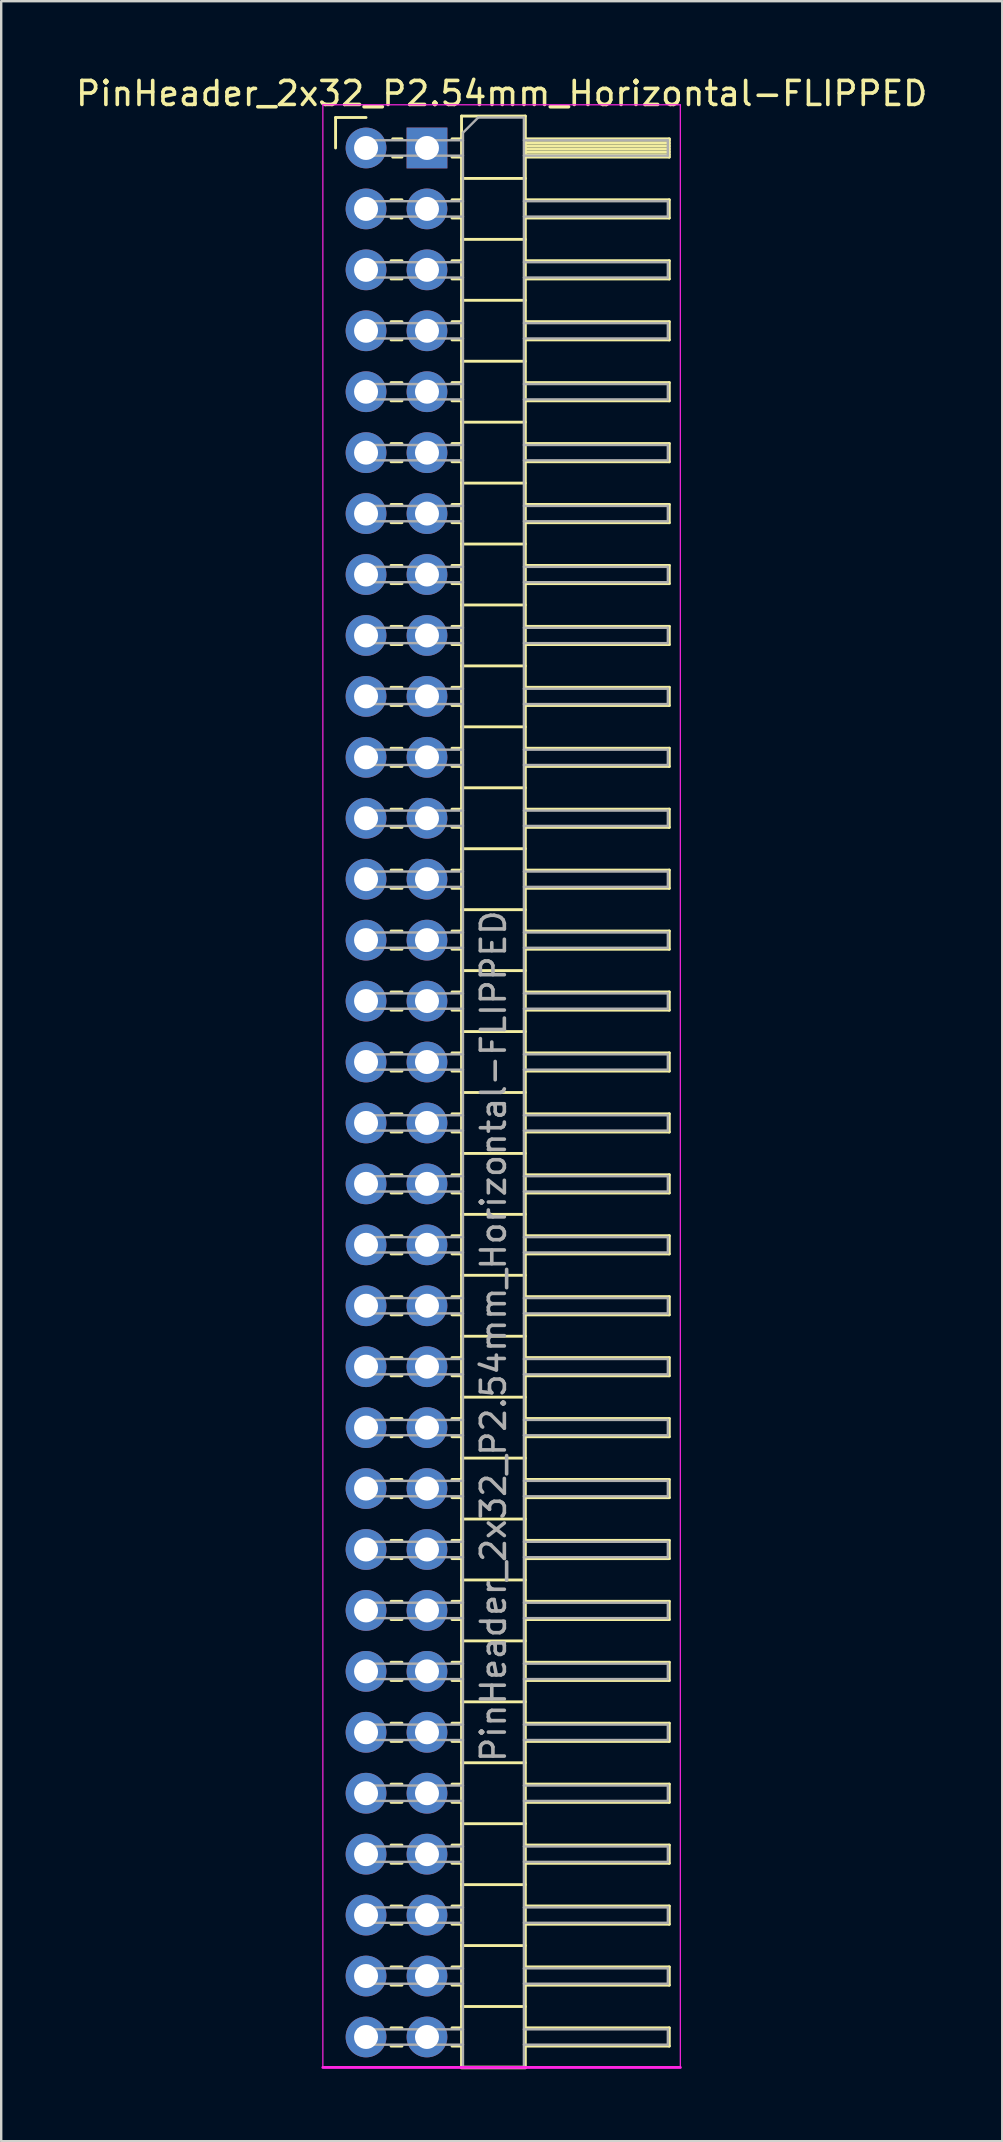
<source format=kicad_pcb>
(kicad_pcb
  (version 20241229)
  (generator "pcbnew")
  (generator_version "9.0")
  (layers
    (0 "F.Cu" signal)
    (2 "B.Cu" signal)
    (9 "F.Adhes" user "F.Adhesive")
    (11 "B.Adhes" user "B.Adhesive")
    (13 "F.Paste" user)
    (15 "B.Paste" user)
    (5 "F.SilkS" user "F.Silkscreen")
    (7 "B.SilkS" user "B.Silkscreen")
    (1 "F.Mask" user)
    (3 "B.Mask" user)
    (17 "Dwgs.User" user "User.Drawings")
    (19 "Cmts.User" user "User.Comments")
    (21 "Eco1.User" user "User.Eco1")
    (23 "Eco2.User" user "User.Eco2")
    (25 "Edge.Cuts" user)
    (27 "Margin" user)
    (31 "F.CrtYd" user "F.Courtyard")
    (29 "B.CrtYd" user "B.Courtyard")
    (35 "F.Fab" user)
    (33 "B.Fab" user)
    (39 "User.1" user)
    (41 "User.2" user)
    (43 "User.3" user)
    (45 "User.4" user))
  (footprint "PinHeader_2x32_P2.54mm_Horizontal-FLIPPED"
    (layer "F.Cu")
    (at 12.208 3.118)
    (property "Reference" "PinHeader_2x32_P2.54mm_Horizontal-FLIPPED" (at 5.655 -2.27 0) (layer "F.SilkS") (effects (font (size 1 1) (thickness 0.15))))
    (attr through_hole)
    (fp_line (start -1.27 -1.27) (end 0 -1.27) (stroke (width 0.12) (type solid)) (layer "F.SilkS"))
    (fp_line (start -1.27 0) (end -1.27 -1.27) (stroke (width 0.12) (type solid)) (layer "F.SilkS"))
    (fp_line (start 1.043 2.16) (end 1.497 2.16) (stroke (width 0.12) (type solid)) (layer "F.SilkS"))
    (fp_line (start 1.043 2.92) (end 1.497 2.92) (stroke (width 0.12) (type solid)) (layer "F.SilkS"))
    (fp_line (start 1.043 4.7) (end 1.497 4.7) (stroke (width 0.12) (type solid)) (layer "F.SilkS"))
    (fp_line (start 1.043 5.46) (end 1.497 5.46) (stroke (width 0.12) (type solid)) (layer "F.SilkS"))
    (fp_line (start 1.043 7.24) (end 1.497 7.24) (stroke (width 0.12) (type solid)) (layer "F.SilkS"))
    (fp_line (start 1.043 8) (end 1.497 8) (stroke (width 0.12) (type solid)) (layer "F.SilkS"))
    (fp_line (start 1.043 9.78) (end 1.497 9.78) (stroke (width 0.12) (type solid)) (layer "F.SilkS"))
    (fp_line (start 1.043 10.54) (end 1.497 10.54) (stroke (width 0.12) (type solid)) (layer "F.SilkS"))
    (fp_line (start 1.043 12.32) (end 1.497 12.32) (stroke (width 0.12) (type solid)) (layer "F.SilkS"))
    (fp_line (start 1.043 13.08) (end 1.497 13.08) (stroke (width 0.12) (type solid)) (layer "F.SilkS"))
    (fp_line (start 1.043 14.86) (end 1.497 14.86) (stroke (width 0.12) (type solid)) (layer "F.SilkS"))
    (fp_line (start 1.043 15.62) (end 1.497 15.62) (stroke (width 0.12) (type solid)) (layer "F.SilkS"))
    (fp_line (start 1.043 17.4) (end 1.497 17.4) (stroke (width 0.12) (type solid)) (layer "F.SilkS"))
    (fp_line (start 1.043 18.16) (end 1.497 18.16) (stroke (width 0.12) (type solid)) (layer "F.SilkS"))
    (fp_line (start 1.043 19.94) (end 1.497 19.94) (stroke (width 0.12) (type solid)) (layer "F.SilkS"))
    (fp_line (start 1.043 20.7) (end 1.497 20.7) (stroke (width 0.12) (type solid)) (layer "F.SilkS"))
    (fp_line (start 1.043 22.48) (end 1.497 22.48) (stroke (width 0.12) (type solid)) (layer "F.SilkS"))
    (fp_line (start 1.043 23.24) (end 1.497 23.24) (stroke (width 0.12) (type solid)) (layer "F.SilkS"))
    (fp_line (start 1.043 25.02) (end 1.497 25.02) (stroke (width 0.12) (type solid)) (layer "F.SilkS"))
    (fp_line (start 1.043 25.78) (end 1.497 25.78) (stroke (width 0.12) (type solid)) (layer "F.SilkS"))
    (fp_line (start 1.043 27.56) (end 1.497 27.56) (stroke (width 0.12) (type solid)) (layer "F.SilkS"))
    (fp_line (start 1.043 28.32) (end 1.497 28.32) (stroke (width 0.12) (type solid)) (layer "F.SilkS"))
    (fp_line (start 1.043 30.1) (end 1.497 30.1) (stroke (width 0.12) (type solid)) (layer "F.SilkS"))
    (fp_line (start 1.043 30.86) (end 1.497 30.86) (stroke (width 0.12) (type solid)) (layer "F.SilkS"))
    (fp_line (start 1.043 32.64) (end 1.497 32.64) (stroke (width 0.12) (type solid)) (layer "F.SilkS"))
    (fp_line (start 1.043 33.4) (end 1.497 33.4) (stroke (width 0.12) (type solid)) (layer "F.SilkS"))
    (fp_line (start 1.043 35.18) (end 1.497 35.18) (stroke (width 0.12) (type solid)) (layer "F.SilkS"))
    (fp_line (start 1.043 35.94) (end 1.497 35.94) (stroke (width 0.12) (type solid)) (layer "F.SilkS"))
    (fp_line (start 1.043 37.72) (end 1.497 37.72) (stroke (width 0.12) (type solid)) (layer "F.SilkS"))
    (fp_line (start 1.043 38.48) (end 1.497 38.48) (stroke (width 0.12) (type solid)) (layer "F.SilkS"))
    (fp_line (start 1.043 40.26) (end 1.497 40.26) (stroke (width 0.12) (type solid)) (layer "F.SilkS"))
    (fp_line (start 1.043 41.02) (end 1.497 41.02) (stroke (width 0.12) (type solid)) (layer "F.SilkS"))
    (fp_line (start 1.043 42.8) (end 1.497 42.8) (stroke (width 0.12) (type solid)) (layer "F.SilkS"))
    (fp_line (start 1.043 43.56) (end 1.497 43.56) (stroke (width 0.12) (type solid)) (layer "F.SilkS"))
    (fp_line (start 1.043 45.34) (end 1.497 45.34) (stroke (width 0.12) (type solid)) (layer "F.SilkS"))
    (fp_line (start 1.043 46.1) (end 1.497 46.1) (stroke (width 0.12) (type solid)) (layer "F.SilkS"))
    (fp_line (start 1.043 47.88) (end 1.497 47.88) (stroke (width 0.12) (type solid)) (layer "F.SilkS"))
    (fp_line (start 1.043 48.64) (end 1.497 48.64) (stroke (width 0.12) (type solid)) (layer "F.SilkS"))
    (fp_line (start 1.043 50.42) (end 1.497 50.42) (stroke (width 0.12) (type solid)) (layer "F.SilkS"))
    (fp_line (start 1.043 51.18) (end 1.497 51.18) (stroke (width 0.12) (type solid)) (layer "F.SilkS"))
    (fp_line (start 1.043 52.96) (end 1.497 52.96) (stroke (width 0.12) (type solid)) (layer "F.SilkS"))
    (fp_line (start 1.043 53.72) (end 1.497 53.72) (stroke (width 0.12) (type solid)) (layer "F.SilkS"))
    (fp_line (start 1.043 55.5) (end 1.497 55.5) (stroke (width 0.12) (type solid)) (layer "F.SilkS"))
    (fp_line (start 1.043 56.26) (end 1.497 56.26) (stroke (width 0.12) (type solid)) (layer "F.SilkS"))
    (fp_line (start 1.043 58.04) (end 1.497 58.04) (stroke (width 0.12) (type solid)) (layer "F.SilkS"))
    (fp_line (start 1.043 58.8) (end 1.497 58.8) (stroke (width 0.12) (type solid)) (layer "F.SilkS"))
    (fp_line (start 1.043 60.58) (end 1.497 60.58) (stroke (width 0.12) (type solid)) (layer "F.SilkS"))
    (fp_line (start 1.043 61.34) (end 1.497 61.34) (stroke (width 0.12) (type solid)) (layer "F.SilkS"))
    (fp_line (start 1.043 63.12) (end 1.497 63.12) (stroke (width 0.12) (type solid)) (layer "F.SilkS"))
    (fp_line (start 1.043 63.88) (end 1.497 63.88) (stroke (width 0.12) (type solid)) (layer "F.SilkS"))
    (fp_line (start 1.043 65.66) (end 1.497 65.66) (stroke (width 0.12) (type solid)) (layer "F.SilkS"))
    (fp_line (start 1.043 66.42) (end 1.497 66.42) (stroke (width 0.12) (type solid)) (layer "F.SilkS"))
    (fp_line (start 1.043 68.2) (end 1.497 68.2) (stroke (width 0.12) (type solid)) (layer "F.SilkS"))
    (fp_line (start 1.043 68.96) (end 1.497 68.96) (stroke (width 0.12) (type solid)) (layer "F.SilkS"))
    (fp_line (start 1.043 70.74) (end 1.497 70.74) (stroke (width 0.12) (type solid)) (layer "F.SilkS"))
    (fp_line (start 1.043 71.5) (end 1.497 71.5) (stroke (width 0.12) (type solid)) (layer "F.SilkS"))
    (fp_line (start 1.043 73.28) (end 1.497 73.28) (stroke (width 0.12) (type solid)) (layer "F.SilkS"))
    (fp_line (start 1.043 74.04) (end 1.497 74.04) (stroke (width 0.12) (type solid)) (layer "F.SilkS"))
    (fp_line (start 1.043 75.82) (end 1.497 75.82) (stroke (width 0.12) (type solid)) (layer "F.SilkS"))
    (fp_line (start 1.043 76.58) (end 1.497 76.58) (stroke (width 0.12) (type solid)) (layer "F.SilkS"))
    (fp_line (start 1.043 78.36) (end 1.497 78.36) (stroke (width 0.12) (type solid)) (layer "F.SilkS"))
    (fp_line (start 1.043 79.12) (end 1.497 79.12) (stroke (width 0.12) (type solid)) (layer "F.SilkS"))
    (fp_line (start 1.11 -0.38) (end 1.497 -0.38) (stroke (width 0.12) (type solid)) (layer "F.SilkS"))
    (fp_line (start 1.11 0.38) (end 1.497 0.38) (stroke (width 0.12) (type solid)) (layer "F.SilkS"))
    (fp_line (start 3.583 -0.38) (end 3.98 -0.38) (stroke (width 0.12) (type solid)) (layer "F.SilkS"))
    (fp_line (start 3.583 0.38) (end 3.98 0.38) (stroke (width 0.12) (type solid)) (layer "F.SilkS"))
    (fp_line (start 3.583 2.16) (end 3.98 2.16) (stroke (width 0.12) (type solid)) (layer "F.SilkS"))
    (fp_line (start 3.583 2.92) (end 3.98 2.92) (stroke (width 0.12) (type solid)) (layer "F.SilkS"))
    (fp_line (start 3.583 4.7) (end 3.98 4.7) (stroke (width 0.12) (type solid)) (layer "F.SilkS"))
    (fp_line (start 3.583 5.46) (end 3.98 5.46) (stroke (width 0.12) (type solid)) (layer "F.SilkS"))
    (fp_line (start 3.583 7.24) (end 3.98 7.24) (stroke (width 0.12) (type solid)) (layer "F.SilkS"))
    (fp_line (start 3.583 8) (end 3.98 8) (stroke (width 0.12) (type solid)) (layer "F.SilkS"))
    (fp_line (start 3.583 9.78) (end 3.98 9.78) (stroke (width 0.12) (type solid)) (layer "F.SilkS"))
    (fp_line (start 3.583 10.54) (end 3.98 10.54) (stroke (width 0.12) (type solid)) (layer "F.SilkS"))
    (fp_line (start 3.583 12.32) (end 3.98 12.32) (stroke (width 0.12) (type solid)) (layer "F.SilkS"))
    (fp_line (start 3.583 13.08) (end 3.98 13.08) (stroke (width 0.12) (type solid)) (layer "F.SilkS"))
    (fp_line (start 3.583 14.86) (end 3.98 14.86) (stroke (width 0.12) (type solid)) (layer "F.SilkS"))
    (fp_line (start 3.583 15.62) (end 3.98 15.62) (stroke (width 0.12) (type solid)) (layer "F.SilkS"))
    (fp_line (start 3.583 17.4) (end 3.98 17.4) (stroke (width 0.12) (type solid)) (layer "F.SilkS"))
    (fp_line (start 3.583 18.16) (end 3.98 18.16) (stroke (width 0.12) (type solid)) (layer "F.SilkS"))
    (fp_line (start 3.583 19.94) (end 3.98 19.94) (stroke (width 0.12) (type solid)) (layer "F.SilkS"))
    (fp_line (start 3.583 20.7) (end 3.98 20.7) (stroke (width 0.12) (type solid)) (layer "F.SilkS"))
    (fp_line (start 3.583 22.48) (end 3.98 22.48) (stroke (width 0.12) (type solid)) (layer "F.SilkS"))
    (fp_line (start 3.583 23.24) (end 3.98 23.24) (stroke (width 0.12) (type solid)) (layer "F.SilkS"))
    (fp_line (start 3.583 25.02) (end 3.98 25.02) (stroke (width 0.12) (type solid)) (layer "F.SilkS"))
    (fp_line (start 3.583 25.78) (end 3.98 25.78) (stroke (width 0.12) (type solid)) (layer "F.SilkS"))
    (fp_line (start 3.583 27.56) (end 3.98 27.56) (stroke (width 0.12) (type solid)) (layer "F.SilkS"))
    (fp_line (start 3.583 28.32) (end 3.98 28.32) (stroke (width 0.12) (type solid)) (layer "F.SilkS"))
    (fp_line (start 3.583 30.1) (end 3.98 30.1) (stroke (width 0.12) (type solid)) (layer "F.SilkS"))
    (fp_line (start 3.583 30.86) (end 3.98 30.86) (stroke (width 0.12) (type solid)) (layer "F.SilkS"))
    (fp_line (start 3.583 32.64) (end 3.98 32.64) (stroke (width 0.12) (type solid)) (layer "F.SilkS"))
    (fp_line (start 3.583 33.4) (end 3.98 33.4) (stroke (width 0.12) (type solid)) (layer "F.SilkS"))
    (fp_line (start 3.583 35.18) (end 3.98 35.18) (stroke (width 0.12) (type solid)) (layer "F.SilkS"))
    (fp_line (start 3.583 35.94) (end 3.98 35.94) (stroke (width 0.12) (type solid)) (layer "F.SilkS"))
    (fp_line (start 3.583 37.72) (end 3.98 37.72) (stroke (width 0.12) (type solid)) (layer "F.SilkS"))
    (fp_line (start 3.583 38.48) (end 3.98 38.48) (stroke (width 0.12) (type solid)) (layer "F.SilkS"))
    (fp_line (start 3.583 40.26) (end 3.98 40.26) (stroke (width 0.12) (type solid)) (layer "F.SilkS"))
    (fp_line (start 3.583 41.02) (end 3.98 41.02) (stroke (width 0.12) (type solid)) (layer "F.SilkS"))
    (fp_line (start 3.583 42.8) (end 3.98 42.8) (stroke (width 0.12) (type solid)) (layer "F.SilkS"))
    (fp_line (start 3.583 43.56) (end 3.98 43.56) (stroke (width 0.12) (type solid)) (layer "F.SilkS"))
    (fp_line (start 3.583 45.34) (end 3.98 45.34) (stroke (width 0.12) (type solid)) (layer "F.SilkS"))
    (fp_line (start 3.583 46.1) (end 3.98 46.1) (stroke (width 0.12) (type solid)) (layer "F.SilkS"))
    (fp_line (start 3.583 47.88) (end 3.98 47.88) (stroke (width 0.12) (type solid)) (layer "F.SilkS"))
    (fp_line (start 3.583 48.64) (end 3.98 48.64) (stroke (width 0.12) (type solid)) (layer "F.SilkS"))
    (fp_line (start 3.583 50.42) (end 3.98 50.42) (stroke (width 0.12) (type solid)) (layer "F.SilkS"))
    (fp_line (start 3.583 51.18) (end 3.98 51.18) (stroke (width 0.12) (type solid)) (layer "F.SilkS"))
    (fp_line (start 3.583 52.96) (end 3.98 52.96) (stroke (width 0.12) (type solid)) (layer "F.SilkS"))
    (fp_line (start 3.583 53.72) (end 3.98 53.72) (stroke (width 0.12) (type solid)) (layer "F.SilkS"))
    (fp_line (start 3.583 55.5) (end 3.98 55.5) (stroke (width 0.12) (type solid)) (layer "F.SilkS"))
    (fp_line (start 3.583 56.26) (end 3.98 56.26) (stroke (width 0.12) (type solid)) (layer "F.SilkS"))
    (fp_line (start 3.583 58.04) (end 3.98 58.04) (stroke (width 0.12) (type solid)) (layer "F.SilkS"))
    (fp_line (start 3.583 58.8) (end 3.98 58.8) (stroke (width 0.12) (type solid)) (layer "F.SilkS"))
    (fp_line (start 3.583 60.58) (end 3.98 60.58) (stroke (width 0.12) (type solid)) (layer "F.SilkS"))
    (fp_line (start 3.583 61.34) (end 3.98 61.34) (stroke (width 0.12) (type solid)) (layer "F.SilkS"))
    (fp_line (start 3.583 63.12) (end 3.98 63.12) (stroke (width 0.12) (type solid)) (layer "F.SilkS"))
    (fp_line (start 3.583 63.88) (end 3.98 63.88) (stroke (width 0.12) (type solid)) (layer "F.SilkS"))
    (fp_line (start 3.583 65.66) (end 3.98 65.66) (stroke (width 0.12) (type solid)) (layer "F.SilkS"))
    (fp_line (start 3.583 66.42) (end 3.98 66.42) (stroke (width 0.12) (type solid)) (layer "F.SilkS"))
    (fp_line (start 3.583 68.2) (end 3.98 68.2) (stroke (width 0.12) (type solid)) (layer "F.SilkS"))
    (fp_line (start 3.583 68.96) (end 3.98 68.96) (stroke (width 0.12) (type solid)) (layer "F.SilkS"))
    (fp_line (start 3.583 70.74) (end 3.98 70.74) (stroke (width 0.12) (type solid)) (layer "F.SilkS"))
    (fp_line (start 3.583 71.5) (end 3.98 71.5) (stroke (width 0.12) (type solid)) (layer "F.SilkS"))
    (fp_line (start 3.583 73.28) (end 3.98 73.28) (stroke (width 0.12) (type solid)) (layer "F.SilkS"))
    (fp_line (start 3.583 74.04) (end 3.98 74.04) (stroke (width 0.12) (type solid)) (layer "F.SilkS"))
    (fp_line (start 3.583 75.82) (end 3.98 75.82) (stroke (width 0.12) (type solid)) (layer "F.SilkS"))
    (fp_line (start 3.583 76.58) (end 3.98 76.58) (stroke (width 0.12) (type solid)) (layer "F.SilkS"))
    (fp_line (start 3.583 78.36) (end 3.98 78.36) (stroke (width 0.12) (type solid)) (layer "F.SilkS"))
    (fp_line (start 3.583 79.12) (end 3.98 79.12) (stroke (width 0.12) (type solid)) (layer "F.SilkS"))
    (fp_line (start 3.98 -1.33) (end 3.98 80.01) (stroke (width 0.12) (type solid)) (layer "F.SilkS"))
    (fp_line (start 3.98 1.27) (end 6.64 1.27) (stroke (width 0.12) (type solid)) (layer "F.SilkS"))
    (fp_line (start 3.98 3.81) (end 6.64 3.81) (stroke (width 0.12) (type solid)) (layer "F.SilkS"))
    (fp_line (start 3.98 6.35) (end 6.64 6.35) (stroke (width 0.12) (type solid)) (layer "F.SilkS"))
    (fp_line (start 3.98 8.89) (end 6.64 8.89) (stroke (width 0.12) (type solid)) (layer "F.SilkS"))
    (fp_line (start 3.98 11.43) (end 6.64 11.43) (stroke (width 0.12) (type solid)) (layer "F.SilkS"))
    (fp_line (start 3.98 13.97) (end 6.64 13.97) (stroke (width 0.12) (type solid)) (layer "F.SilkS"))
    (fp_line (start 3.98 16.51) (end 6.64 16.51) (stroke (width 0.12) (type solid)) (layer "F.SilkS"))
    (fp_line (start 3.98 19.05) (end 6.64 19.05) (stroke (width 0.12) (type solid)) (layer "F.SilkS"))
    (fp_line (start 3.98 21.59) (end 6.64 21.59) (stroke (width 0.12) (type solid)) (layer "F.SilkS"))
    (fp_line (start 3.98 24.13) (end 6.64 24.13) (stroke (width 0.12) (type solid)) (layer "F.SilkS"))
    (fp_line (start 3.98 26.67) (end 6.64 26.67) (stroke (width 0.12) (type solid)) (layer "F.SilkS"))
    (fp_line (start 3.98 29.21) (end 6.64 29.21) (stroke (width 0.12) (type solid)) (layer "F.SilkS"))
    (fp_line (start 3.98 31.75) (end 6.64 31.75) (stroke (width 0.12) (type solid)) (layer "F.SilkS"))
    (fp_line (start 3.98 34.29) (end 6.64 34.29) (stroke (width 0.12) (type solid)) (layer "F.SilkS"))
    (fp_line (start 3.98 36.83) (end 6.64 36.83) (stroke (width 0.12) (type solid)) (layer "F.SilkS"))
    (fp_line (start 3.98 39.37) (end 6.64 39.37) (stroke (width 0.12) (type solid)) (layer "F.SilkS"))
    (fp_line (start 3.98 41.91) (end 6.64 41.91) (stroke (width 0.12) (type solid)) (layer "F.SilkS"))
    (fp_line (start 3.98 44.45) (end 6.64 44.45) (stroke (width 0.12) (type solid)) (layer "F.SilkS"))
    (fp_line (start 3.98 46.99) (end 6.64 46.99) (stroke (width 0.12) (type solid)) (layer "F.SilkS"))
    (fp_line (start 3.98 49.53) (end 6.64 49.53) (stroke (width 0.12) (type solid)) (layer "F.SilkS"))
    (fp_line (start 3.98 52.07) (end 6.64 52.07) (stroke (width 0.12) (type solid)) (layer "F.SilkS"))
    (fp_line (start 3.98 54.61) (end 6.64 54.61) (stroke (width 0.12) (type solid)) (layer "F.SilkS"))
    (fp_line (start 3.98 57.15) (end 6.64 57.15) (stroke (width 0.12) (type solid)) (layer "F.SilkS"))
    (fp_line (start 3.98 59.69) (end 6.64 59.69) (stroke (width 0.12) (type solid)) (layer "F.SilkS"))
    (fp_line (start 3.98 62.23) (end 6.64 62.23) (stroke (width 0.12) (type solid)) (layer "F.SilkS"))
    (fp_line (start 3.98 64.77) (end 6.64 64.77) (stroke (width 0.12) (type solid)) (layer "F.SilkS"))
    (fp_line (start 3.98 67.31) (end 6.64 67.31) (stroke (width 0.12) (type solid)) (layer "F.SilkS"))
    (fp_line (start 3.98 69.85) (end 6.64 69.85) (stroke (width 0.12) (type solid)) (layer "F.SilkS"))
    (fp_line (start 3.98 72.39) (end 6.64 72.39) (stroke (width 0.12) (type solid)) (layer "F.SilkS"))
    (fp_line (start 3.98 74.93) (end 6.64 74.93) (stroke (width 0.12) (type solid)) (layer "F.SilkS"))
    (fp_line (start 3.98 77.47) (end 6.64 77.47) (stroke (width 0.12) (type solid)) (layer "F.SilkS"))
    (fp_line (start 3.98 80.01) (end 6.64 80.01) (stroke (width 0.15) (type solid)) (layer "F.SilkS"))
    (fp_line (start 6.64 -1.33) (end 3.98 -1.33) (stroke (width 0.12) (type solid)) (layer "F.SilkS"))
    (fp_line (start 6.64 -0.38) (end 12.64 -0.38) (stroke (width 0.12) (type solid)) (layer "F.SilkS"))
    (fp_line (start 6.64 -0.32) (end 12.64 -0.32) (stroke (width 0.12) (type solid)) (layer "F.SilkS"))
    (fp_line (start 6.64 -0.2) (end 12.64 -0.2) (stroke (width 0.12) (type solid)) (layer "F.SilkS"))
    (fp_line (start 6.64 -0.08) (end 12.64 -0.08) (stroke (width 0.12) (type solid)) (layer "F.SilkS"))
    (fp_line (start 6.64 0.04) (end 12.64 0.04) (stroke (width 0.12) (type solid)) (layer "F.SilkS"))
    (fp_line (start 6.64 0.16) (end 12.64 0.16) (stroke (width 0.12) (type solid)) (layer "F.SilkS"))
    (fp_line (start 6.64 0.28) (end 12.64 0.28) (stroke (width 0.12) (type solid)) (layer "F.SilkS"))
    (fp_line (start 6.64 2.16) (end 12.64 2.16) (stroke (width 0.12) (type solid)) (layer "F.SilkS"))
    (fp_line (start 6.64 4.7) (end 12.64 4.7) (stroke (width 0.12) (type solid)) (layer "F.SilkS"))
    (fp_line (start 6.64 7.24) (end 12.64 7.24) (stroke (width 0.12) (type solid)) (layer "F.SilkS"))
    (fp_line (start 6.64 9.78) (end 12.64 9.78) (stroke (width 0.12) (type solid)) (layer "F.SilkS"))
    (fp_line (start 6.64 12.32) (end 12.64 12.32) (stroke (width 0.12) (type solid)) (layer "F.SilkS"))
    (fp_line (start 6.64 14.86) (end 12.64 14.86) (stroke (width 0.12) (type solid)) (layer "F.SilkS"))
    (fp_line (start 6.64 17.4) (end 12.64 17.4) (stroke (width 0.12) (type solid)) (layer "F.SilkS"))
    (fp_line (start 6.64 19.94) (end 12.64 19.94) (stroke (width 0.12) (type solid)) (layer "F.SilkS"))
    (fp_line (start 6.64 22.48) (end 12.64 22.48) (stroke (width 0.12) (type solid)) (layer "F.SilkS"))
    (fp_line (start 6.64 25.02) (end 12.64 25.02) (stroke (width 0.12) (type solid)) (layer "F.SilkS"))
    (fp_line (start 6.64 27.56) (end 12.64 27.56) (stroke (width 0.12) (type solid)) (layer "F.SilkS"))
    (fp_line (start 6.64 30.1) (end 12.64 30.1) (stroke (width 0.12) (type solid)) (layer "F.SilkS"))
    (fp_line (start 6.64 32.64) (end 12.64 32.64) (stroke (width 0.12) (type solid)) (layer "F.SilkS"))
    (fp_line (start 6.64 35.18) (end 12.64 35.18) (stroke (width 0.12) (type solid)) (layer "F.SilkS"))
    (fp_line (start 6.64 37.72) (end 12.64 37.72) (stroke (width 0.12) (type solid)) (layer "F.SilkS"))
    (fp_line (start 6.64 40.26) (end 12.64 40.26) (stroke (width 0.12) (type solid)) (layer "F.SilkS"))
    (fp_line (start 6.64 42.8) (end 12.64 42.8) (stroke (width 0.12) (type solid)) (layer "F.SilkS"))
    (fp_line (start 6.64 45.34) (end 12.64 45.34) (stroke (width 0.12) (type solid)) (layer "F.SilkS"))
    (fp_line (start 6.64 47.88) (end 12.64 47.88) (stroke (width 0.12) (type solid)) (layer "F.SilkS"))
    (fp_line (start 6.64 50.42) (end 12.64 50.42) (stroke (width 0.12) (type solid)) (layer "F.SilkS"))
    (fp_line (start 6.64 52.96) (end 12.64 52.96) (stroke (width 0.12) (type solid)) (layer "F.SilkS"))
    (fp_line (start 6.64 55.5) (end 12.64 55.5) (stroke (width 0.12) (type solid)) (layer "F.SilkS"))
    (fp_line (start 6.64 58.04) (end 12.64 58.04) (stroke (width 0.12) (type solid)) (layer "F.SilkS"))
    (fp_line (start 6.64 60.58) (end 12.64 60.58) (stroke (width 0.12) (type solid)) (layer "F.SilkS"))
    (fp_line (start 6.64 63.12) (end 12.64 63.12) (stroke (width 0.12) (type solid)) (layer "F.SilkS"))
    (fp_line (start 6.64 65.66) (end 12.64 65.66) (stroke (width 0.12) (type solid)) (layer "F.SilkS"))
    (fp_line (start 6.64 68.2) (end 12.64 68.2) (stroke (width 0.12) (type solid)) (layer "F.SilkS"))
    (fp_line (start 6.64 70.74) (end 12.64 70.74) (stroke (width 0.12) (type solid)) (layer "F.SilkS"))
    (fp_line (start 6.64 73.28) (end 12.64 73.28) (stroke (width 0.12) (type solid)) (layer "F.SilkS"))
    (fp_line (start 6.64 75.82) (end 12.64 75.82) (stroke (width 0.12) (type solid)) (layer "F.SilkS"))
    (fp_line (start 6.64 78.36) (end 12.64 78.36) (stroke (width 0.12) (type solid)) (layer "F.SilkS"))
    (fp_line (start 6.64 80.01) (end 6.64 -1.33) (stroke (width 0.12) (type solid)) (layer "F.SilkS"))
    (fp_line (start 12.64 -0.38) (end 12.64 0.38) (stroke (width 0.12) (type solid)) (layer "F.SilkS"))
    (fp_line (start 12.64 0.38) (end 6.64 0.38) (stroke (width 0.12) (type solid)) (layer "F.SilkS"))
    (fp_line (start 12.64 2.16) (end 12.64 2.92) (stroke (width 0.12) (type solid)) (layer "F.SilkS"))
    (fp_line (start 12.64 2.92) (end 6.64 2.92) (stroke (width 0.12) (type solid)) (layer "F.SilkS"))
    (fp_line (start 12.64 4.7) (end 12.64 5.46) (stroke (width 0.12) (type solid)) (layer "F.SilkS"))
    (fp_line (start 12.64 5.46) (end 6.64 5.46) (stroke (width 0.12) (type solid)) (layer "F.SilkS"))
    (fp_line (start 12.64 7.24) (end 12.64 8) (stroke (width 0.12) (type solid)) (layer "F.SilkS"))
    (fp_line (start 12.64 8) (end 6.64 8) (stroke (width 0.12) (type solid)) (layer "F.SilkS"))
    (fp_line (start 12.64 9.78) (end 12.64 10.54) (stroke (width 0.12) (type solid)) (layer "F.SilkS"))
    (fp_line (start 12.64 10.54) (end 6.64 10.54) (stroke (width 0.12) (type solid)) (layer "F.SilkS"))
    (fp_line (start 12.64 12.32) (end 12.64 13.08) (stroke (width 0.12) (type solid)) (layer "F.SilkS"))
    (fp_line (start 12.64 13.08) (end 6.64 13.08) (stroke (width 0.12) (type solid)) (layer "F.SilkS"))
    (fp_line (start 12.64 14.86) (end 12.64 15.62) (stroke (width 0.12) (type solid)) (layer "F.SilkS"))
    (fp_line (start 12.64 15.62) (end 6.64 15.62) (stroke (width 0.12) (type solid)) (layer "F.SilkS"))
    (fp_line (start 12.64 17.4) (end 12.64 18.16) (stroke (width 0.12) (type solid)) (layer "F.SilkS"))
    (fp_line (start 12.64 18.16) (end 6.64 18.16) (stroke (width 0.12) (type solid)) (layer "F.SilkS"))
    (fp_line (start 12.64 19.94) (end 12.64 20.7) (stroke (width 0.12) (type solid)) (layer "F.SilkS"))
    (fp_line (start 12.64 20.7) (end 6.64 20.7) (stroke (width 0.12) (type solid)) (layer "F.SilkS"))
    (fp_line (start 12.64 22.48) (end 12.64 23.24) (stroke (width 0.12) (type solid)) (layer "F.SilkS"))
    (fp_line (start 12.64 23.24) (end 6.64 23.24) (stroke (width 0.12) (type solid)) (layer "F.SilkS"))
    (fp_line (start 12.64 25.02) (end 12.64 25.78) (stroke (width 0.12) (type solid)) (layer "F.SilkS"))
    (fp_line (start 12.64 25.78) (end 6.64 25.78) (stroke (width 0.12) (type solid)) (layer "F.SilkS"))
    (fp_line (start 12.64 27.56) (end 12.64 28.32) (stroke (width 0.12) (type solid)) (layer "F.SilkS"))
    (fp_line (start 12.64 28.32) (end 6.64 28.32) (stroke (width 0.12) (type solid)) (layer "F.SilkS"))
    (fp_line (start 12.64 30.1) (end 12.64 30.86) (stroke (width 0.12) (type solid)) (layer "F.SilkS"))
    (fp_line (start 12.64 30.86) (end 6.64 30.86) (stroke (width 0.12) (type solid)) (layer "F.SilkS"))
    (fp_line (start 12.64 32.64) (end 12.64 33.4) (stroke (width 0.12) (type solid)) (layer "F.SilkS"))
    (fp_line (start 12.64 33.4) (end 6.64 33.4) (stroke (width 0.12) (type solid)) (layer "F.SilkS"))
    (fp_line (start 12.64 35.18) (end 12.64 35.94) (stroke (width 0.12) (type solid)) (layer "F.SilkS"))
    (fp_line (start 12.64 35.94) (end 6.64 35.94) (stroke (width 0.12) (type solid)) (layer "F.SilkS"))
    (fp_line (start 12.64 37.72) (end 12.64 38.48) (stroke (width 0.12) (type solid)) (layer "F.SilkS"))
    (fp_line (start 12.64 38.48) (end 6.64 38.48) (stroke (width 0.12) (type solid)) (layer "F.SilkS"))
    (fp_line (start 12.64 40.26) (end 12.64 41.02) (stroke (width 0.12) (type solid)) (layer "F.SilkS"))
    (fp_line (start 12.64 41.02) (end 6.64 41.02) (stroke (width 0.12) (type solid)) (layer "F.SilkS"))
    (fp_line (start 12.64 42.8) (end 12.64 43.56) (stroke (width 0.12) (type solid)) (layer "F.SilkS"))
    (fp_line (start 12.64 43.56) (end 6.64 43.56) (stroke (width 0.12) (type solid)) (layer "F.SilkS"))
    (fp_line (start 12.64 45.34) (end 12.64 46.1) (stroke (width 0.12) (type solid)) (layer "F.SilkS"))
    (fp_line (start 12.64 46.1) (end 6.64 46.1) (stroke (width 0.12) (type solid)) (layer "F.SilkS"))
    (fp_line (start 12.64 47.88) (end 12.64 48.64) (stroke (width 0.12) (type solid)) (layer "F.SilkS"))
    (fp_line (start 12.64 48.64) (end 6.64 48.64) (stroke (width 0.12) (type solid)) (layer "F.SilkS"))
    (fp_line (start 12.64 50.42) (end 12.64 51.18) (stroke (width 0.12) (type solid)) (layer "F.SilkS"))
    (fp_line (start 12.64 51.18) (end 6.64 51.18) (stroke (width 0.12) (type solid)) (layer "F.SilkS"))
    (fp_line (start 12.64 52.96) (end 12.64 53.72) (stroke (width 0.12) (type solid)) (layer "F.SilkS"))
    (fp_line (start 12.64 53.72) (end 6.64 53.72) (stroke (width 0.12) (type solid)) (layer "F.SilkS"))
    (fp_line (start 12.64 55.5) (end 12.64 56.26) (stroke (width 0.12) (type solid)) (layer "F.SilkS"))
    (fp_line (start 12.64 56.26) (end 6.64 56.26) (stroke (width 0.12) (type solid)) (layer "F.SilkS"))
    (fp_line (start 12.64 58.04) (end 12.64 58.8) (stroke (width 0.12) (type solid)) (layer "F.SilkS"))
    (fp_line (start 12.64 58.8) (end 6.64 58.8) (stroke (width 0.12) (type solid)) (layer "F.SilkS"))
    (fp_line (start 12.64 60.58) (end 12.64 61.34) (stroke (width 0.12) (type solid)) (layer "F.SilkS"))
    (fp_line (start 12.64 61.34) (end 6.64 61.34) (stroke (width 0.12) (type solid)) (layer "F.SilkS"))
    (fp_line (start 12.64 63.12) (end 12.64 63.88) (stroke (width 0.12) (type solid)) (layer "F.SilkS"))
    (fp_line (start 12.64 63.88) (end 6.64 63.88) (stroke (width 0.12) (type solid)) (layer "F.SilkS"))
    (fp_line (start 12.64 65.66) (end 12.64 66.42) (stroke (width 0.12) (type solid)) (layer "F.SilkS"))
    (fp_line (start 12.64 66.42) (end 6.64 66.42) (stroke (width 0.12) (type solid)) (layer "F.SilkS"))
    (fp_line (start 12.64 68.2) (end 12.64 68.96) (stroke (width 0.12) (type solid)) (layer "F.SilkS"))
    (fp_line (start 12.64 68.96) (end 6.64 68.96) (stroke (width 0.12) (type solid)) (layer "F.SilkS"))
    (fp_line (start 12.64 70.74) (end 12.64 71.5) (stroke (width 0.12) (type solid)) (layer "F.SilkS"))
    (fp_line (start 12.64 71.5) (end 6.64 71.5) (stroke (width 0.12) (type solid)) (layer "F.SilkS"))
    (fp_line (start 12.64 73.28) (end 12.64 74.04) (stroke (width 0.12) (type solid)) (layer "F.SilkS"))
    (fp_line (start 12.64 74.04) (end 6.64 74.04) (stroke (width 0.12) (type solid)) (layer "F.SilkS"))
    (fp_line (start 12.64 75.82) (end 12.64 76.58) (stroke (width 0.12) (type solid)) (layer "F.SilkS"))
    (fp_line (start 12.64 76.58) (end 6.64 76.58) (stroke (width 0.12) (type solid)) (layer "F.SilkS"))
    (fp_line (start 12.64 78.36) (end 12.64 79.12) (stroke (width 0.12) (type solid)) (layer "F.SilkS"))
    (fp_line (start 12.64 79.12) (end 6.64 79.12) (stroke (width 0.12) (type solid)) (layer "F.SilkS"))
    (fp_line (start -1.8 -1.8) (end -1.8 80.01) (stroke (width 0.05) (type solid)) (layer "F.CrtYd"))
    (fp_line (start -1.8 80.01) (end 13.1 80.01) (stroke (width 0.12) (type solid)) (layer "F.CrtYd"))
    (fp_line (start 13.1 -1.8) (end -1.8 -1.8) (stroke (width 0.05) (type solid)) (layer "F.CrtYd"))
    (fp_line (start 13.1 80.01) (end 13.1 -1.8) (stroke (width 0.05) (type solid)) (layer "F.CrtYd"))
    (fp_line (start -0.32 -0.32) (end 4.04 -0.32) (stroke (width 0.1) (type solid)) (layer "F.Fab"))
    (fp_line (start -0.32 0.32) (end 4.04 0.32) (stroke (width 0.1) (type solid)) (layer "F.Fab"))
    (fp_line (start -0.32 2.22) (end 4.04 2.22) (stroke (width 0.1) (type solid)) (layer "F.Fab"))
    (fp_line (start -0.32 2.86) (end 4.04 2.86) (stroke (width 0.1) (type solid)) (layer "F.Fab"))
    (fp_line (start -0.32 4.76) (end 4.04 4.76) (stroke (width 0.1) (type solid)) (layer "F.Fab"))
    (fp_line (start -0.32 5.4) (end 4.04 5.4) (stroke (width 0.1) (type solid)) (layer "F.Fab"))
    (fp_line (start -0.32 7.3) (end 4.04 7.3) (stroke (width 0.1) (type solid)) (layer "F.Fab"))
    (fp_line (start -0.32 7.94) (end 4.04 7.94) (stroke (width 0.1) (type solid)) (layer "F.Fab"))
    (fp_line (start -0.32 9.84) (end 4.04 9.84) (stroke (width 0.1) (type solid)) (layer "F.Fab"))
    (fp_line (start -0.32 10.48) (end 4.04 10.48) (stroke (width 0.1) (type solid)) (layer "F.Fab"))
    (fp_line (start -0.32 12.38) (end 4.04 12.38) (stroke (width 0.1) (type solid)) (layer "F.Fab"))
    (fp_line (start -0.32 13.02) (end 4.04 13.02) (stroke (width 0.1) (type solid)) (layer "F.Fab"))
    (fp_line (start -0.32 14.92) (end 4.04 14.92) (stroke (width 0.1) (type solid)) (layer "F.Fab"))
    (fp_line (start -0.32 15.56) (end 4.04 15.56) (stroke (width 0.1) (type solid)) (layer "F.Fab"))
    (fp_line (start -0.32 17.46) (end 4.04 17.46) (stroke (width 0.1) (type solid)) (layer "F.Fab"))
    (fp_line (start -0.32 18.1) (end 4.04 18.1) (stroke (width 0.1) (type solid)) (layer "F.Fab"))
    (fp_line (start -0.32 20) (end 4.04 20) (stroke (width 0.1) (type solid)) (layer "F.Fab"))
    (fp_line (start -0.32 20.64) (end 4.04 20.64) (stroke (width 0.1) (type solid)) (layer "F.Fab"))
    (fp_line (start -0.32 22.54) (end 4.04 22.54) (stroke (width 0.1) (type solid)) (layer "F.Fab"))
    (fp_line (start -0.32 23.18) (end 4.04 23.18) (stroke (width 0.1) (type solid)) (layer "F.Fab"))
    (fp_line (start -0.32 25.08) (end 4.04 25.08) (stroke (width 0.1) (type solid)) (layer "F.Fab"))
    (fp_line (start -0.32 25.72) (end 4.04 25.72) (stroke (width 0.1) (type solid)) (layer "F.Fab"))
    (fp_line (start -0.32 27.62) (end 4.04 27.62) (stroke (width 0.1) (type solid)) (layer "F.Fab"))
    (fp_line (start -0.32 28.26) (end 4.04 28.26) (stroke (width 0.1) (type solid)) (layer "F.Fab"))
    (fp_line (start -0.32 30.16) (end 4.04 30.16) (stroke (width 0.1) (type solid)) (layer "F.Fab"))
    (fp_line (start -0.32 30.8) (end 4.04 30.8) (stroke (width 0.1) (type solid)) (layer "F.Fab"))
    (fp_line (start -0.32 32.7) (end 4.04 32.7) (stroke (width 0.1) (type solid)) (layer "F.Fab"))
    (fp_line (start -0.32 33.34) (end 4.04 33.34) (stroke (width 0.1) (type solid)) (layer "F.Fab"))
    (fp_line (start -0.32 35.24) (end 4.04 35.24) (stroke (width 0.1) (type solid)) (layer "F.Fab"))
    (fp_line (start -0.32 35.88) (end 4.04 35.88) (stroke (width 0.1) (type solid)) (layer "F.Fab"))
    (fp_line (start -0.32 37.78) (end 4.04 37.78) (stroke (width 0.1) (type solid)) (layer "F.Fab"))
    (fp_line (start -0.32 38.42) (end 4.04 38.42) (stroke (width 0.1) (type solid)) (layer "F.Fab"))
    (fp_line (start -0.32 40.32) (end 4.04 40.32) (stroke (width 0.1) (type solid)) (layer "F.Fab"))
    (fp_line (start -0.32 40.96) (end 4.04 40.96) (stroke (width 0.1) (type solid)) (layer "F.Fab"))
    (fp_line (start -0.32 42.86) (end 4.04 42.86) (stroke (width 0.1) (type solid)) (layer "F.Fab"))
    (fp_line (start -0.32 43.5) (end 4.04 43.5) (stroke (width 0.1) (type solid)) (layer "F.Fab"))
    (fp_line (start -0.32 45.4) (end 4.04 45.4) (stroke (width 0.1) (type solid)) (layer "F.Fab"))
    (fp_line (start -0.32 46.04) (end 4.04 46.04) (stroke (width 0.1) (type solid)) (layer "F.Fab"))
    (fp_line (start -0.32 47.94) (end 4.04 47.94) (stroke (width 0.1) (type solid)) (layer "F.Fab"))
    (fp_line (start -0.32 48.58) (end 4.04 48.58) (stroke (width 0.1) (type solid)) (layer "F.Fab"))
    (fp_line (start -0.32 50.48) (end 4.04 50.48) (stroke (width 0.1) (type solid)) (layer "F.Fab"))
    (fp_line (start -0.32 51.12) (end 4.04 51.12) (stroke (width 0.1) (type solid)) (layer "F.Fab"))
    (fp_line (start -0.32 53.02) (end 4.04 53.02) (stroke (width 0.1) (type solid)) (layer "F.Fab"))
    (fp_line (start -0.32 53.66) (end 4.04 53.66) (stroke (width 0.1) (type solid)) (layer "F.Fab"))
    (fp_line (start -0.32 55.56) (end 4.04 55.56) (stroke (width 0.1) (type solid)) (layer "F.Fab"))
    (fp_line (start -0.32 56.2) (end 4.04 56.2) (stroke (width 0.1) (type solid)) (layer "F.Fab"))
    (fp_line (start -0.32 58.1) (end 4.04 58.1) (stroke (width 0.1) (type solid)) (layer "F.Fab"))
    (fp_line (start -0.32 58.74) (end 4.04 58.74) (stroke (width 0.1) (type solid)) (layer "F.Fab"))
    (fp_line (start -0.32 60.64) (end 4.04 60.64) (stroke (width 0.1) (type solid)) (layer "F.Fab"))
    (fp_line (start -0.32 61.28) (end 4.04 61.28) (stroke (width 0.1) (type solid)) (layer "F.Fab"))
    (fp_line (start -0.32 63.18) (end 4.04 63.18) (stroke (width 0.1) (type solid)) (layer "F.Fab"))
    (fp_line (start -0.32 63.82) (end 4.04 63.82) (stroke (width 0.1) (type solid)) (layer "F.Fab"))
    (fp_line (start -0.32 65.72) (end 4.04 65.72) (stroke (width 0.1) (type solid)) (layer "F.Fab"))
    (fp_line (start -0.32 66.36) (end 4.04 66.36) (stroke (width 0.1) (type solid)) (layer "F.Fab"))
    (fp_line (start -0.32 68.26) (end 4.04 68.26) (stroke (width 0.1) (type solid)) (layer "F.Fab"))
    (fp_line (start -0.32 68.9) (end 4.04 68.9) (stroke (width 0.1) (type solid)) (layer "F.Fab"))
    (fp_line (start -0.32 70.8) (end 4.04 70.8) (stroke (width 0.1) (type solid)) (layer "F.Fab"))
    (fp_line (start -0.32 71.44) (end 4.04 71.44) (stroke (width 0.1) (type solid)) (layer "F.Fab"))
    (fp_line (start -0.32 73.34) (end 4.04 73.34) (stroke (width 0.1) (type solid)) (layer "F.Fab"))
    (fp_line (start -0.32 73.98) (end 4.04 73.98) (stroke (width 0.1) (type solid)) (layer "F.Fab"))
    (fp_line (start -0.32 75.88) (end 4.04 75.88) (stroke (width 0.1) (type solid)) (layer "F.Fab"))
    (fp_line (start -0.32 76.52) (end 4.04 76.52) (stroke (width 0.1) (type solid)) (layer "F.Fab"))
    (fp_line (start -0.32 78.42) (end 4.04 78.42) (stroke (width 0.1) (type solid)) (layer "F.Fab"))
    (fp_line (start -0.32 79.06) (end 4.04 79.06) (stroke (width 0.1) (type solid)) (layer "F.Fab"))
    (fp_line (start 2.22 -0.32) (end 2.22 0.32) (stroke (width 0.1) (type solid)) (layer "F.Fab"))
    (fp_line (start 2.22 2.22) (end 2.22 2.86) (stroke (width 0.1) (type solid)) (layer "F.Fab"))
    (fp_line (start 2.22 4.76) (end 2.22 5.4) (stroke (width 0.1) (type solid)) (layer "F.Fab"))
    (fp_line (start 2.22 7.3) (end 2.22 7.94) (stroke (width 0.1) (type solid)) (layer "F.Fab"))
    (fp_line (start 2.22 9.84) (end 2.22 10.48) (stroke (width 0.1) (type solid)) (layer "F.Fab"))
    (fp_line (start 2.22 12.38) (end 2.22 13.02) (stroke (width 0.1) (type solid)) (layer "F.Fab"))
    (fp_line (start 2.22 14.92) (end 2.22 15.56) (stroke (width 0.1) (type solid)) (layer "F.Fab"))
    (fp_line (start 2.22 17.46) (end 2.22 18.1) (stroke (width 0.1) (type solid)) (layer "F.Fab"))
    (fp_line (start 2.22 20) (end 2.22 20.64) (stroke (width 0.1) (type solid)) (layer "F.Fab"))
    (fp_line (start 2.22 22.54) (end 2.22 23.18) (stroke (width 0.1) (type solid)) (layer "F.Fab"))
    (fp_line (start 2.22 25.08) (end 2.22 25.72) (stroke (width 0.1) (type solid)) (layer "F.Fab"))
    (fp_line (start 2.22 27.62) (end 2.22 28.26) (stroke (width 0.1) (type solid)) (layer "F.Fab"))
    (fp_line (start 2.22 30.16) (end 2.22 30.8) (stroke (width 0.1) (type solid)) (layer "F.Fab"))
    (fp_line (start 2.22 32.7) (end 2.22 33.34) (stroke (width 0.1) (type solid)) (layer "F.Fab"))
    (fp_line (start 2.22 35.24) (end 2.22 35.88) (stroke (width 0.1) (type solid)) (layer "F.Fab"))
    (fp_line (start 2.22 37.78) (end 2.22 38.42) (stroke (width 0.1) (type solid)) (layer "F.Fab"))
    (fp_line (start 2.22 40.32) (end 2.22 40.96) (stroke (width 0.1) (type solid)) (layer "F.Fab"))
    (fp_line (start 2.22 42.86) (end 2.22 43.5) (stroke (width 0.1) (type solid)) (layer "F.Fab"))
    (fp_line (start 2.22 45.4) (end 2.22 46.04) (stroke (width 0.1) (type solid)) (layer "F.Fab"))
    (fp_line (start 2.22 47.94) (end 2.22 48.58) (stroke (width 0.1) (type solid)) (layer "F.Fab"))
    (fp_line (start 2.22 50.48) (end 2.22 51.12) (stroke (width 0.1) (type solid)) (layer "F.Fab"))
    (fp_line (start 2.22 53.02) (end 2.22 53.66) (stroke (width 0.1) (type solid)) (layer "F.Fab"))
    (fp_line (start 2.22 55.56) (end 2.22 56.2) (stroke (width 0.1) (type solid)) (layer "F.Fab"))
    (fp_line (start 2.22 58.1) (end 2.22 58.74) (stroke (width 0.1) (type solid)) (layer "F.Fab"))
    (fp_line (start 2.22 60.64) (end 2.22 61.28) (stroke (width 0.1) (type solid)) (layer "F.Fab"))
    (fp_line (start 2.22 63.18) (end 2.22 63.82) (stroke (width 0.1) (type solid)) (layer "F.Fab"))
    (fp_line (start 2.22 65.72) (end 2.22 66.36) (stroke (width 0.1) (type solid)) (layer "F.Fab"))
    (fp_line (start 2.22 68.26) (end 2.22 68.9) (stroke (width 0.1) (type solid)) (layer "F.Fab"))
    (fp_line (start 2.22 70.8) (end 2.22 71.44) (stroke (width 0.1) (type solid)) (layer "F.Fab"))
    (fp_line (start 2.22 73.34) (end 2.22 73.98) (stroke (width 0.1) (type solid)) (layer "F.Fab"))
    (fp_line (start 2.22 75.88) (end 2.22 76.52) (stroke (width 0.1) (type solid)) (layer "F.Fab"))
    (fp_line (start 2.22 78.42) (end 2.22 79.06) (stroke (width 0.1) (type solid)) (layer "F.Fab"))
    (fp_line (start 4.04 -0.635) (end 4.675 -1.27) (stroke (width 0.1) (type solid)) (layer "F.Fab"))
    (fp_line (start 4.04 80.01) (end 4.04 -0.635) (stroke (width 0.1) (type solid)) (layer "F.Fab"))
    (fp_line (start 4.675 -1.27) (end 6.58 -1.27) (stroke (width 0.1) (type solid)) (layer "F.Fab"))
    (fp_line (start 6.58 -1.27) (end 6.58 80.01) (stroke (width 0.1) (type solid)) (layer "F.Fab"))
    (fp_line (start 6.58 -0.32) (end 12.58 -0.32) (stroke (width 0.1) (type solid)) (layer "F.Fab"))
    (fp_line (start 6.58 0.32) (end 12.58 0.32) (stroke (width 0.1) (type solid)) (layer "F.Fab"))
    (fp_line (start 6.58 2.22) (end 12.58 2.22) (stroke (width 0.1) (type solid)) (layer "F.Fab"))
    (fp_line (start 6.58 2.86) (end 12.58 2.86) (stroke (width 0.1) (type solid)) (layer "F.Fab"))
    (fp_line (start 6.58 4.76) (end 12.58 4.76) (stroke (width 0.1) (type solid)) (layer "F.Fab"))
    (fp_line (start 6.58 5.4) (end 12.58 5.4) (stroke (width 0.1) (type solid)) (layer "F.Fab"))
    (fp_line (start 6.58 7.3) (end 12.58 7.3) (stroke (width 0.1) (type solid)) (layer "F.Fab"))
    (fp_line (start 6.58 7.94) (end 12.58 7.94) (stroke (width 0.1) (type solid)) (layer "F.Fab"))
    (fp_line (start 6.58 9.84) (end 12.58 9.84) (stroke (width 0.1) (type solid)) (layer "F.Fab"))
    (fp_line (start 6.58 10.48) (end 12.58 10.48) (stroke (width 0.1) (type solid)) (layer "F.Fab"))
    (fp_line (start 6.58 12.38) (end 12.58 12.38) (stroke (width 0.1) (type solid)) (layer "F.Fab"))
    (fp_line (start 6.58 13.02) (end 12.58 13.02) (stroke (width 0.1) (type solid)) (layer "F.Fab"))
    (fp_line (start 6.58 14.92) (end 12.58 14.92) (stroke (width 0.1) (type solid)) (layer "F.Fab"))
    (fp_line (start 6.58 15.56) (end 12.58 15.56) (stroke (width 0.1) (type solid)) (layer "F.Fab"))
    (fp_line (start 6.58 17.46) (end 12.58 17.46) (stroke (width 0.1) (type solid)) (layer "F.Fab"))
    (fp_line (start 6.58 18.1) (end 12.58 18.1) (stroke (width 0.1) (type solid)) (layer "F.Fab"))
    (fp_line (start 6.58 20) (end 12.58 20) (stroke (width 0.1) (type solid)) (layer "F.Fab"))
    (fp_line (start 6.58 20.64) (end 12.58 20.64) (stroke (width 0.1) (type solid)) (layer "F.Fab"))
    (fp_line (start 6.58 22.54) (end 12.58 22.54) (stroke (width 0.1) (type solid)) (layer "F.Fab"))
    (fp_line (start 6.58 23.18) (end 12.58 23.18) (stroke (width 0.1) (type solid)) (layer "F.Fab"))
    (fp_line (start 6.58 25.08) (end 12.58 25.08) (stroke (width 0.1) (type solid)) (layer "F.Fab"))
    (fp_line (start 6.58 25.72) (end 12.58 25.72) (stroke (width 0.1) (type solid)) (layer "F.Fab"))
    (fp_line (start 6.58 27.62) (end 12.58 27.62) (stroke (width 0.1) (type solid)) (layer "F.Fab"))
    (fp_line (start 6.58 28.26) (end 12.58 28.26) (stroke (width 0.1) (type solid)) (layer "F.Fab"))
    (fp_line (start 6.58 30.16) (end 12.58 30.16) (stroke (width 0.1) (type solid)) (layer "F.Fab"))
    (fp_line (start 6.58 30.8) (end 12.58 30.8) (stroke (width 0.1) (type solid)) (layer "F.Fab"))
    (fp_line (start 6.58 32.7) (end 12.58 32.7) (stroke (width 0.1) (type solid)) (layer "F.Fab"))
    (fp_line (start 6.58 33.34) (end 12.58 33.34) (stroke (width 0.1) (type solid)) (layer "F.Fab"))
    (fp_line (start 6.58 35.24) (end 12.58 35.24) (stroke (width 0.1) (type solid)) (layer "F.Fab"))
    (fp_line (start 6.58 35.88) (end 12.58 35.88) (stroke (width 0.1) (type solid)) (layer "F.Fab"))
    (fp_line (start 6.58 37.78) (end 12.58 37.78) (stroke (width 0.1) (type solid)) (layer "F.Fab"))
    (fp_line (start 6.58 38.42) (end 12.58 38.42) (stroke (width 0.1) (type solid)) (layer "F.Fab"))
    (fp_line (start 6.58 40.32) (end 12.58 40.32) (stroke (width 0.1) (type solid)) (layer "F.Fab"))
    (fp_line (start 6.58 40.96) (end 12.58 40.96) (stroke (width 0.1) (type solid)) (layer "F.Fab"))
    (fp_line (start 6.58 42.86) (end 12.58 42.86) (stroke (width 0.1) (type solid)) (layer "F.Fab"))
    (fp_line (start 6.58 43.5) (end 12.58 43.5) (stroke (width 0.1) (type solid)) (layer "F.Fab"))
    (fp_line (start 6.58 45.4) (end 12.58 45.4) (stroke (width 0.1) (type solid)) (layer "F.Fab"))
    (fp_line (start 6.58 46.04) (end 12.58 46.04) (stroke (width 0.1) (type solid)) (layer "F.Fab"))
    (fp_line (start 6.58 47.94) (end 12.58 47.94) (stroke (width 0.1) (type solid)) (layer "F.Fab"))
    (fp_line (start 6.58 48.58) (end 12.58 48.58) (stroke (width 0.1) (type solid)) (layer "F.Fab"))
    (fp_line (start 6.58 50.48) (end 12.58 50.48) (stroke (width 0.1) (type solid)) (layer "F.Fab"))
    (fp_line (start 6.58 51.12) (end 12.58 51.12) (stroke (width 0.1) (type solid)) (layer "F.Fab"))
    (fp_line (start 6.58 53.02) (end 12.58 53.02) (stroke (width 0.1) (type solid)) (layer "F.Fab"))
    (fp_line (start 6.58 53.66) (end 12.58 53.66) (stroke (width 0.1) (type solid)) (layer "F.Fab"))
    (fp_line (start 6.58 55.56) (end 12.58 55.56) (stroke (width 0.1) (type solid)) (layer "F.Fab"))
    (fp_line (start 6.58 56.2) (end 12.58 56.2) (stroke (width 0.1) (type solid)) (layer "F.Fab"))
    (fp_line (start 6.58 58.1) (end 12.58 58.1) (stroke (width 0.1) (type solid)) (layer "F.Fab"))
    (fp_line (start 6.58 58.74) (end 12.58 58.74) (stroke (width 0.1) (type solid)) (layer "F.Fab"))
    (fp_line (start 6.58 60.64) (end 12.58 60.64) (stroke (width 0.1) (type solid)) (layer "F.Fab"))
    (fp_line (start 6.58 61.28) (end 12.58 61.28) (stroke (width 0.1) (type solid)) (layer "F.Fab"))
    (fp_line (start 6.58 63.18) (end 12.58 63.18) (stroke (width 0.1) (type solid)) (layer "F.Fab"))
    (fp_line (start 6.58 63.82) (end 12.58 63.82) (stroke (width 0.1) (type solid)) (layer "F.Fab"))
    (fp_line (start 6.58 65.72) (end 12.58 65.72) (stroke (width 0.1) (type solid)) (layer "F.Fab"))
    (fp_line (start 6.58 66.36) (end 12.58 66.36) (stroke (width 0.1) (type solid)) (layer "F.Fab"))
    (fp_line (start 6.58 68.26) (end 12.58 68.26) (stroke (width 0.1) (type solid)) (layer "F.Fab"))
    (fp_line (start 6.58 68.9) (end 12.58 68.9) (stroke (width 0.1) (type solid)) (layer "F.Fab"))
    (fp_line (start 6.58 70.8) (end 12.58 70.8) (stroke (width 0.1) (type solid)) (layer "F.Fab"))
    (fp_line (start 6.58 71.44) (end 12.58 71.44) (stroke (width 0.1) (type solid)) (layer "F.Fab"))
    (fp_line (start 6.58 73.34) (end 12.58 73.34) (stroke (width 0.1) (type solid)) (layer "F.Fab"))
    (fp_line (start 6.58 73.98) (end 12.58 73.98) (stroke (width 0.1) (type solid)) (layer "F.Fab"))
    (fp_line (start 6.58 75.88) (end 12.58 75.88) (stroke (width 0.1) (type solid)) (layer "F.Fab"))
    (fp_line (start 6.58 76.52) (end 12.58 76.52) (stroke (width 0.1) (type solid)) (layer "F.Fab"))
    (fp_line (start 6.58 78.42) (end 12.58 78.42) (stroke (width 0.1) (type solid)) (layer "F.Fab"))
    (fp_line (start 6.58 79.06) (end 12.58 79.06) (stroke (width 0.1) (type solid)) (layer "F.Fab"))
    (fp_line (start 12.58 -0.32) (end 12.58 0.32) (stroke (width 0.1) (type solid)) (layer "F.Fab"))
    (fp_line (start 12.58 2.22) (end 12.58 2.86) (stroke (width 0.1) (type solid)) (layer "F.Fab"))
    (fp_line (start 12.58 4.76) (end 12.58 5.4) (stroke (width 0.1) (type solid)) (layer "F.Fab"))
    (fp_line (start 12.58 7.3) (end 12.58 7.94) (stroke (width 0.1) (type solid)) (layer "F.Fab"))
    (fp_line (start 12.58 9.84) (end 12.58 10.48) (stroke (width 0.1) (type solid)) (layer "F.Fab"))
    (fp_line (start 12.58 12.38) (end 12.58 13.02) (stroke (width 0.1) (type solid)) (layer "F.Fab"))
    (fp_line (start 12.58 14.92) (end 12.58 15.56) (stroke (width 0.1) (type solid)) (layer "F.Fab"))
    (fp_line (start 12.58 17.46) (end 12.58 18.1) (stroke (width 0.1) (type solid)) (layer "F.Fab"))
    (fp_line (start 12.58 20) (end 12.58 20.64) (stroke (width 0.1) (type solid)) (layer "F.Fab"))
    (fp_line (start 12.58 22.54) (end 12.58 23.18) (stroke (width 0.1) (type solid)) (layer "F.Fab"))
    (fp_line (start 12.58 25.08) (end 12.58 25.72) (stroke (width 0.1) (type solid)) (layer "F.Fab"))
    (fp_line (start 12.58 27.62) (end 12.58 28.26) (stroke (width 0.1) (type solid)) (layer "F.Fab"))
    (fp_line (start 12.58 30.16) (end 12.58 30.8) (stroke (width 0.1) (type solid)) (layer "F.Fab"))
    (fp_line (start 12.58 32.7) (end 12.58 33.34) (stroke (width 0.1) (type solid)) (layer "F.Fab"))
    (fp_line (start 12.58 35.24) (end 12.58 35.88) (stroke (width 0.1) (type solid)) (layer "F.Fab"))
    (fp_line (start 12.58 37.78) (end 12.58 38.42) (stroke (width 0.1) (type solid)) (layer "F.Fab"))
    (fp_line (start 12.58 40.32) (end 12.58 40.96) (stroke (width 0.1) (type solid)) (layer "F.Fab"))
    (fp_line (start 12.58 42.86) (end 12.58 43.5) (stroke (width 0.1) (type solid)) (layer "F.Fab"))
    (fp_line (start 12.58 45.4) (end 12.58 46.04) (stroke (width 0.1) (type solid)) (layer "F.Fab"))
    (fp_line (start 12.58 47.94) (end 12.58 48.58) (stroke (width 0.1) (type solid)) (layer "F.Fab"))
    (fp_line (start 12.58 50.48) (end 12.58 51.12) (stroke (width 0.1) (type solid)) (layer "F.Fab"))
    (fp_line (start 12.58 53.02) (end 12.58 53.66) (stroke (width 0.1) (type solid)) (layer "F.Fab"))
    (fp_line (start 12.58 55.56) (end 12.58 56.2) (stroke (width 0.1) (type solid)) (layer "F.Fab"))
    (fp_line (start 12.58 58.1) (end 12.58 58.74) (stroke (width 0.1) (type solid)) (layer "F.Fab"))
    (fp_line (start 12.58 60.64) (end 12.58 61.28) (stroke (width 0.1) (type solid)) (layer "F.Fab"))
    (fp_line (start 12.58 63.18) (end 12.58 63.82) (stroke (width 0.1) (type solid)) (layer "F.Fab"))
    (fp_line (start 12.58 65.72) (end 12.58 66.36) (stroke (width 0.1) (type solid)) (layer "F.Fab"))
    (fp_line (start 12.58 68.26) (end 12.58 68.9) (stroke (width 0.1) (type solid)) (layer "F.Fab"))
    (fp_line (start 12.58 70.8) (end 12.58 71.44) (stroke (width 0.1) (type solid)) (layer "F.Fab"))
    (fp_line (start 12.58 73.34) (end 12.58 73.98) (stroke (width 0.1) (type solid)) (layer "F.Fab"))
    (fp_line (start 12.58 75.88) (end 12.58 76.52) (stroke (width 0.1) (type solid)) (layer "F.Fab"))
    (fp_line (start 12.58 78.42) (end 12.58 79.06) (stroke (width 0.1) (type solid)) (layer "F.Fab"))
    (fp_text user "${REFERENCE}" (at 5.31 49.53 90) (layer "F.Fab") (effects (font (size 1 1) (thickness 0.15))))
    (pad "1" thru_hole rect (at 2.54 0) (size 1.7 1.7) (drill 1) (layers "*.Cu" "*.Mask"))
    (pad "2" thru_hole oval (at 0 0) (size 1.7 1.7) (drill 1) (layers "*.Cu" "*.Mask"))
    (pad "3" thru_hole oval (at 2.54 2.54) (size 1.7 1.7) (drill 1) (layers "*.Cu" "*.Mask"))
    (pad "4" thru_hole oval (at 0 2.54) (size 1.7 1.7) (drill 1) (layers "*.Cu" "*.Mask"))
    (pad "5" thru_hole oval (at 2.54 5.08) (size 1.7 1.7) (drill 1) (layers "*.Cu" "*.Mask"))
    (pad "6" thru_hole oval (at 0 5.08) (size 1.7 1.7) (drill 1) (layers "*.Cu" "*.Mask"))
    (pad "7" thru_hole oval (at 2.54 7.62) (size 1.7 1.7) (drill 1) (layers "*.Cu" "*.Mask"))
    (pad "8" thru_hole oval (at 0 7.62) (size 1.7 1.7) (drill 1) (layers "*.Cu" "*.Mask"))
    (pad "9" thru_hole oval (at 2.54 10.16) (size 1.7 1.7) (drill 1) (layers "*.Cu" "*.Mask"))
    (pad "10" thru_hole oval (at 0 10.16) (size 1.7 1.7) (drill 1) (layers "*.Cu" "*.Mask"))
    (pad "11" thru_hole oval (at 2.54 12.7) (size 1.7 1.7) (drill 1) (layers "*.Cu" "*.Mask"))
    (pad "12" thru_hole oval (at 0 12.7) (size 1.7 1.7) (drill 1) (layers "*.Cu" "*.Mask"))
    (pad "13" thru_hole oval (at 2.54 15.24) (size 1.7 1.7) (drill 1) (layers "*.Cu" "*.Mask"))
    (pad "14" thru_hole oval (at 0 15.24) (size 1.7 1.7) (drill 1) (layers "*.Cu" "*.Mask"))
    (pad "15" thru_hole oval (at 2.54 17.78) (size 1.7 1.7) (drill 1) (layers "*.Cu" "*.Mask"))
    (pad "16" thru_hole oval (at 0 17.78) (size 1.7 1.7) (drill 1) (layers "*.Cu" "*.Mask"))
    (pad "17" thru_hole oval (at 2.54 20.32) (size 1.7 1.7) (drill 1) (layers "*.Cu" "*.Mask"))
    (pad "18" thru_hole oval (at 0 20.32) (size 1.7 1.7) (drill 1) (layers "*.Cu" "*.Mask"))
    (pad "19" thru_hole oval (at 2.54 22.86) (size 1.7 1.7) (drill 1) (layers "*.Cu" "*.Mask"))
    (pad "20" thru_hole oval (at 0 22.86) (size 1.7 1.7) (drill 1) (layers "*.Cu" "*.Mask"))
    (pad "21" thru_hole oval (at 2.54 25.4) (size 1.7 1.7) (drill 1) (layers "*.Cu" "*.Mask"))
    (pad "22" thru_hole oval (at 0 25.4) (size 1.7 1.7) (drill 1) (layers "*.Cu" "*.Mask"))
    (pad "23" thru_hole oval (at 2.54 27.94) (size 1.7 1.7) (drill 1) (layers "*.Cu" "*.Mask"))
    (pad "24" thru_hole oval (at 0 27.94) (size 1.7 1.7) (drill 1) (layers "*.Cu" "*.Mask"))
    (pad "25" thru_hole oval (at 2.54 30.48) (size 1.7 1.7) (drill 1) (layers "*.Cu" "*.Mask"))
    (pad "26" thru_hole oval (at 0 30.48) (size 1.7 1.7) (drill 1) (layers "*.Cu" "*.Mask"))
    (pad "27" thru_hole oval (at 2.54 33.02) (size 1.7 1.7) (drill 1) (layers "*.Cu" "*.Mask"))
    (pad "28" thru_hole oval (at 0 33.02) (size 1.7 1.7) (drill 1) (layers "*.Cu" "*.Mask"))
    (pad "29" thru_hole oval (at 2.54 35.56) (size 1.7 1.7) (drill 1) (layers "*.Cu" "*.Mask"))
    (pad "30" thru_hole oval (at 0 35.56) (size 1.7 1.7) (drill 1) (layers "*.Cu" "*.Mask"))
    (pad "31" thru_hole oval (at 2.54 38.1) (size 1.7 1.7) (drill 1) (layers "*.Cu" "*.Mask"))
    (pad "32" thru_hole oval (at 0 38.1) (size 1.7 1.7) (drill 1) (layers "*.Cu" "*.Mask"))
    (pad "33" thru_hole oval (at 2.54 40.64) (size 1.7 1.7) (drill 1) (layers "*.Cu" "*.Mask"))
    (pad "34" thru_hole oval (at 0 40.64) (size 1.7 1.7) (drill 1) (layers "*.Cu" "*.Mask"))
    (pad "35" thru_hole oval (at 2.54 43.18) (size 1.7 1.7) (drill 1) (layers "*.Cu" "*.Mask"))
    (pad "36" thru_hole oval (at 0 43.18) (size 1.7 1.7) (drill 1) (layers "*.Cu" "*.Mask"))
    (pad "37" thru_hole oval (at 2.54 45.72) (size 1.7 1.7) (drill 1) (layers "*.Cu" "*.Mask"))
    (pad "38" thru_hole oval (at 0 45.72) (size 1.7 1.7) (drill 1) (layers "*.Cu" "*.Mask"))
    (pad "39" thru_hole oval (at 2.54 48.26) (size 1.7 1.7) (drill 1) (layers "*.Cu" "*.Mask"))
    (pad "40" thru_hole oval (at 0 48.26) (size 1.7 1.7) (drill 1) (layers "*.Cu" "*.Mask"))
    (pad "41" thru_hole oval (at 2.54 50.8) (size 1.7 1.7) (drill 1) (layers "*.Cu" "*.Mask"))
    (pad "42" thru_hole oval (at 0 50.8) (size 1.7 1.7) (drill 1) (layers "*.Cu" "*.Mask"))
    (pad "43" thru_hole oval (at 2.54 53.34) (size 1.7 1.7) (drill 1) (layers "*.Cu" "*.Mask"))
    (pad "44" thru_hole oval (at 0 53.34) (size 1.7 1.7) (drill 1) (layers "*.Cu" "*.Mask"))
    (pad "45" thru_hole oval (at 2.54 55.88) (size 1.7 1.7) (drill 1) (layers "*.Cu" "*.Mask"))
    (pad "46" thru_hole oval (at 0 55.88) (size 1.7 1.7) (drill 1) (layers "*.Cu" "*.Mask"))
    (pad "47" thru_hole oval (at 2.54 58.42) (size 1.7 1.7) (drill 1) (layers "*.Cu" "*.Mask"))
    (pad "48" thru_hole oval (at 0 58.42) (size 1.7 1.7) (drill 1) (layers "*.Cu" "*.Mask"))
    (pad "49" thru_hole oval (at 2.54 60.96) (size 1.7 1.7) (drill 1) (layers "*.Cu" "*.Mask"))
    (pad "50" thru_hole oval (at 0 60.96) (size 1.7 1.7) (drill 1) (layers "*.Cu" "*.Mask"))
    (pad "51" thru_hole oval (at 2.54 63.5) (size 1.7 1.7) (drill 1) (layers "*.Cu" "*.Mask"))
    (pad "52" thru_hole oval (at 0 63.5) (size 1.7 1.7) (drill 1) (layers "*.Cu" "*.Mask"))
    (pad "53" thru_hole oval (at 2.54 66.04) (size 1.7 1.7) (drill 1) (layers "*.Cu" "*.Mask"))
    (pad "54" thru_hole oval (at 0 66.04) (size 1.7 1.7) (drill 1) (layers "*.Cu" "*.Mask"))
    (pad "55" thru_hole oval (at 2.54 68.58) (size 1.7 1.7) (drill 1) (layers "*.Cu" "*.Mask"))
    (pad "56" thru_hole oval (at 0 68.58) (size 1.7 1.7) (drill 1) (layers "*.Cu" "*.Mask"))
    (pad "57" thru_hole oval (at 2.54 71.12) (size 1.7 1.7) (drill 1) (layers "*.Cu" "*.Mask"))
    (pad "58" thru_hole oval (at 0 71.12) (size 1.7 1.7) (drill 1) (layers "*.Cu" "*.Mask"))
    (pad "59" thru_hole oval (at 2.54 73.66) (size 1.7 1.7) (drill 1) (layers "*.Cu" "*.Mask"))
    (pad "60" thru_hole oval (at 0 73.66) (size 1.7 1.7) (drill 1) (layers "*.Cu" "*.Mask"))
    (pad "61" thru_hole oval (at 2.54 76.2) (size 1.7 1.7) (drill 1) (layers "*.Cu" "*.Mask"))
    (pad "62" thru_hole oval (at 0 76.2) (size 1.7 1.7) (drill 1) (layers "*.Cu" "*.Mask"))
    (pad "63" thru_hole oval (at 2.54 78.74) (size 1.7 1.7) (drill 1) (layers "*.Cu" "*.Mask"))
    (pad "64" thru_hole oval (at 0 78.74) (size 1.7 1.7) (drill 1) (layers "*.Cu" "*.Mask")))
  (gr_rect
    (start -3 -3)
    (end 38.726 86.203)
    (stroke (width 0.1) (type default))
    (fill no)
    (layer "Edge.Cuts")))
</source>
